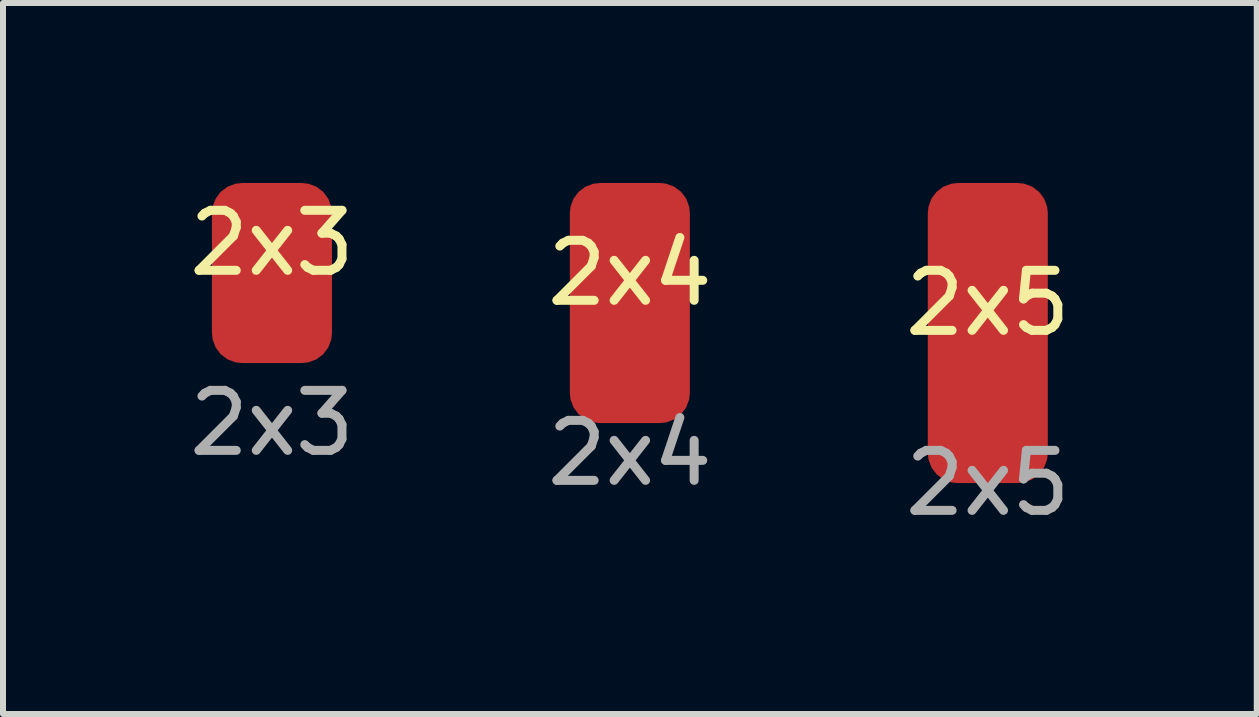
<source format=kicad_pcb>
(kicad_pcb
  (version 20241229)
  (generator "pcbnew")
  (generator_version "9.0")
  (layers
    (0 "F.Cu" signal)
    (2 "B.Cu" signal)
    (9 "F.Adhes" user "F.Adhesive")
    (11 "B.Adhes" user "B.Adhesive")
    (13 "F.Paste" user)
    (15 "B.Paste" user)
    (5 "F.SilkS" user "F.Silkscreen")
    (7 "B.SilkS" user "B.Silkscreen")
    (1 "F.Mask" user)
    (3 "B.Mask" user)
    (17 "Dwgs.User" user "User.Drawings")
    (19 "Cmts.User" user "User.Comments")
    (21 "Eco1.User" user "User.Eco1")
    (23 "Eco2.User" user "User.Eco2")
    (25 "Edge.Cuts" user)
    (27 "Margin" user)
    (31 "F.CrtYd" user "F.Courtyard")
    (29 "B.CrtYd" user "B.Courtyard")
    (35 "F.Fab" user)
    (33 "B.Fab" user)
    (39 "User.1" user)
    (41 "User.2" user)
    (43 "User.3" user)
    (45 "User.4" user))
  (footprint "2x5"
    (layer "F.Cu")
    (at 13.411 2.5)
    (property "Reference" "2x5" (at 0 -0.5 0) (unlocked yes) (layer "F.SilkS") (effects (font (size 1 1) (thickness 0.15))))
    (attr smd)
    (fp_text user "${REFERENCE}" (at 0 2.5 0) (unlocked yes) (layer "F.Fab") (effects (font (size 1 1) (thickness 0.15))))
    (pad "1" smd roundrect (at 0 0) (size 2 5) (layers "F.Cu" "F.Mask" "F.Paste") (roundrect_rratio 0.25)))
  (footprint "2x4"
    (layer "F.Cu")
    (at 7.446 2)
    (property "Reference" "2x4" (at 0 -0.5 0) (unlocked yes) (layer "F.SilkS") (effects (font (size 1 1) (thickness 0.15))))
    (attr smd)
    (fp_text user "${REFERENCE}" (at 0 2.5 0) (unlocked yes) (layer "F.Fab") (effects (font (size 1 1) (thickness 0.15))))
    (pad "1" smd roundrect (at 0 0) (size 2 4) (layers "F.Cu" "F.Mask" "F.Paste") (roundrect_rratio 0.25)))
  (footprint "2x3"
    (layer "F.Cu")
    (at 1.482 1.5)
    (property "Reference" "2x3" (at 0 -0.5 0) (unlocked yes) (layer "F.SilkS") (effects (font (size 1 1) (thickness 0.15))))
    (attr smd)
    (fp_text user "${REFERENCE}" (at 0 2.5 0) (unlocked yes) (layer "F.Fab") (effects (font (size 1 1) (thickness 0.15))))
    (pad "1" smd roundrect (at 0 0) (size 2 3) (layers "F.Cu" "F.Mask") (roundrect_rratio 0.25)))
  (gr_rect
    (start -3 -3)
    (end 17.893 8.848)
    (stroke (width 0.1) (type default))
    (fill no)
    (layer "Edge.Cuts")))
</source>
